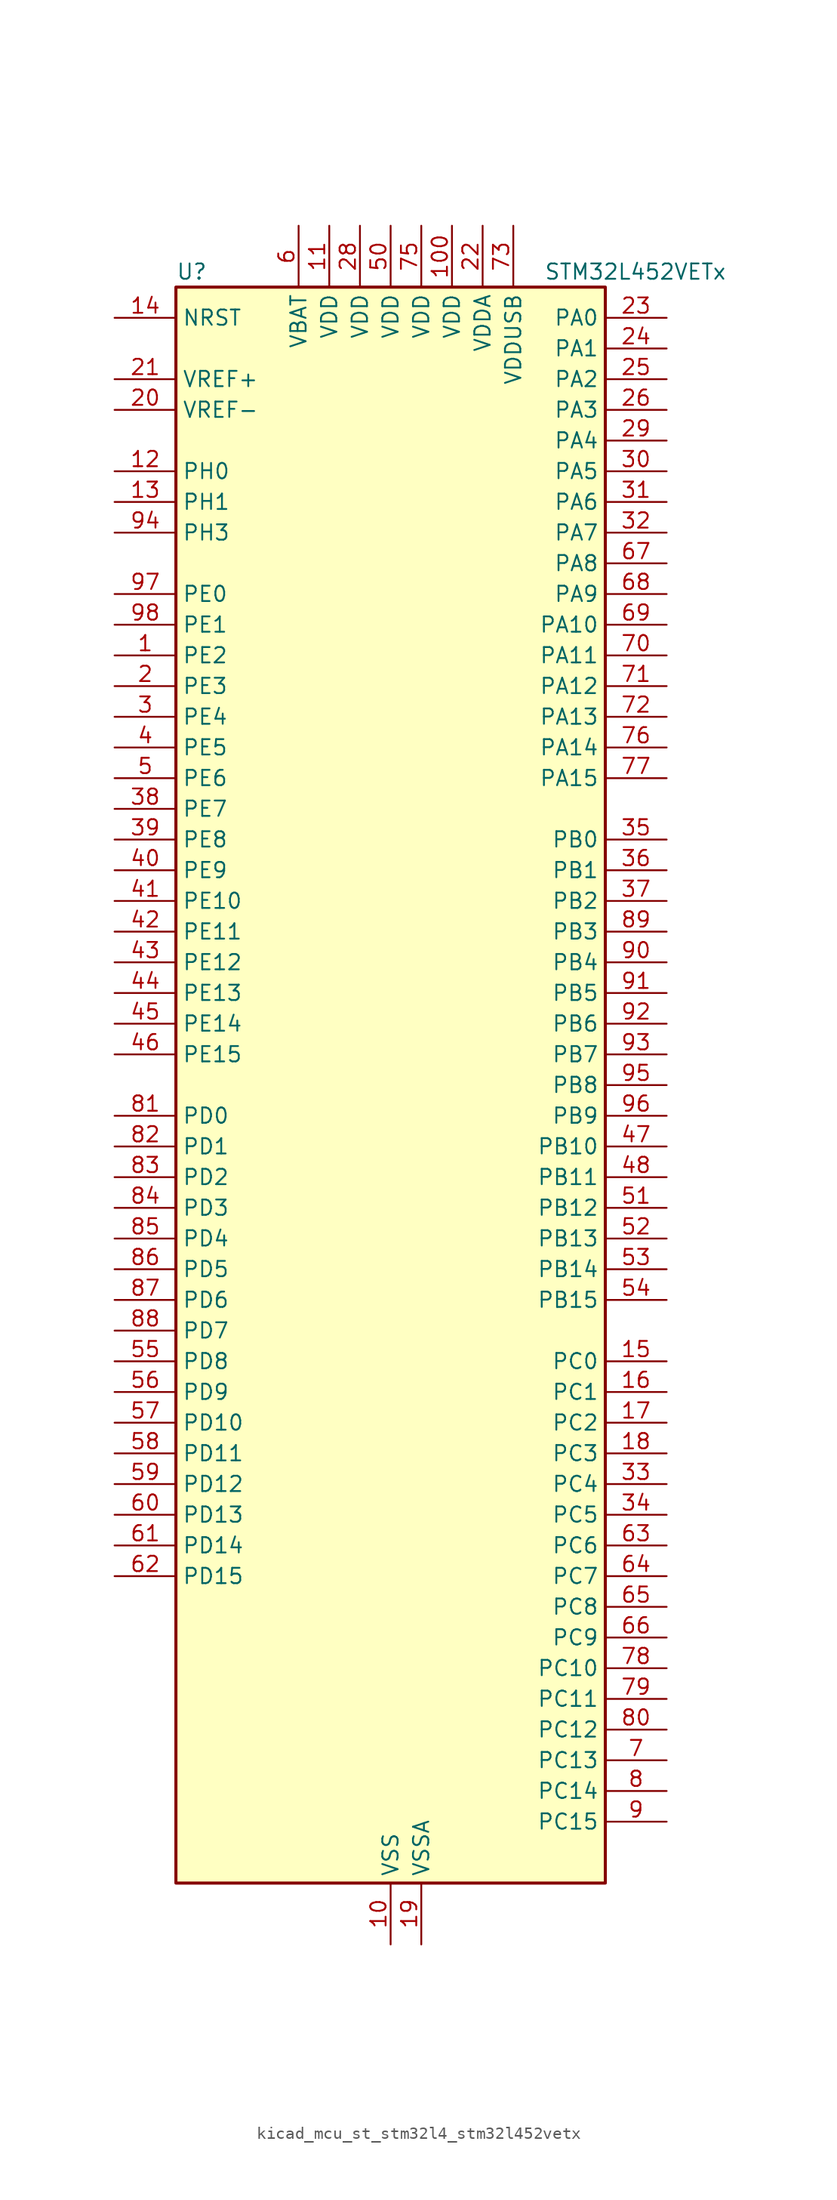
<source format=kicad_sym>
(kicad_symbol_lib
  (version 20220914)
  (generator kicad_symbol_editor)
  (symbol "kicad_mcu_st_stm32l4_stm32l452vetx"
    (property "Reference" "U"
      (at -17.78 67.31 0)
      (effects (font (size 1.27 1.27)) (justify left)))
    (property "Value" "STM32L452VETx"
      (at 12.7 67.31 0)
      (effects (font (size 1.27 1.27)) (justify left)))
    (property "ki_locked" ""
      (at 0 0 0)
      (effects (font (size 1.27 1.27))))
    (symbol "kicad_mcu_st_stm32l4_stm32l452vetx_0_1"
      (rectangle (start -17.78 -66.04) (end 17.78 66.04) (stroke (width 0.254) (type default)) (fill (type background))))
    (symbol "kicad_mcu_st_stm32l4_stm32l452vetx_1_1"
      (pin bidirectional line (at -22.86 35.56 0) (length 5.08) (name "PE2" (effects (font (size 1.27 1.27)))) (number "1" (effects (font (size 1.27 1.27)))) (alternate "SAI1_MCLK_A" bidirectional line) (alternate "SYS_TRACECLK" bidirectional line) (alternate "TIM3_ETR" bidirectional line) (alternate "TSC_G7_IO1" bidirectional line))
      (pin power_in line (at 0 -71.12 90) (length 5.08) (name "VSS" (effects (font (size 1.27 1.27)))) (number "10" (effects (font (size 1.27 1.27)))))
      (pin power_in line (at 5.08 71.12 270) (length 5.08) (name "VDD" (effects (font (size 1.27 1.27)))) (number "100" (effects (font (size 1.27 1.27)))))
      (pin power_in line (at -5.08 71.12 270) (length 5.08) (name "VDD" (effects (font (size 1.27 1.27)))) (number "11" (effects (font (size 1.27 1.27)))))
      (pin bidirectional line (at -22.86 50.8 0) (length 5.08) (name "PH0" (effects (font (size 1.27 1.27)))) (number "12" (effects (font (size 1.27 1.27)))) (alternate "RCC_OSC_IN" bidirectional line))
      (pin bidirectional line (at -22.86 48.26 0) (length 5.08) (name "PH1" (effects (font (size 1.27 1.27)))) (number "13" (effects (font (size 1.27 1.27)))) (alternate "RCC_OSC_OUT" bidirectional line))
      (pin input line (at -22.86 63.5 0) (length 5.08) (name "NRST" (effects (font (size 1.27 1.27)))) (number "14" (effects (font (size 1.27 1.27)))))
      (pin bidirectional line (at 22.86 -22.86 180) (length 5.08) (name "PC0" (effects (font (size 1.27 1.27)))) (number "15" (effects (font (size 1.27 1.27)))) (alternate "ADC1_IN1" bidirectional line) (alternate "I2C3_SCL" bidirectional line) (alternate "I2C4_SCL" bidirectional line) (alternate "LPTIM1_IN1" bidirectional line) (alternate "LPTIM2_IN1" bidirectional line) (alternate "LPUART1_RX" bidirectional line))
      (pin bidirectional line (at 22.86 -25.4 180) (length 5.08) (name "PC1" (effects (font (size 1.27 1.27)))) (number "16" (effects (font (size 1.27 1.27)))) (alternate "ADC1_IN2" bidirectional line) (alternate "I2C3_SDA" bidirectional line) (alternate "I2C4_SDA" bidirectional line) (alternate "LPTIM1_OUT" bidirectional line) (alternate "LPUART1_TX" bidirectional line) (alternate "SYS_TRACED0" bidirectional line))
      (pin bidirectional line (at 22.86 -27.94 180) (length 5.08) (name "PC2" (effects (font (size 1.27 1.27)))) (number "17" (effects (font (size 1.27 1.27)))) (alternate "ADC1_IN3" bidirectional line) (alternate "DFSDM1_CKOUT" bidirectional line) (alternate "LPTIM1_IN2" bidirectional line) (alternate "SPI2_MISO" bidirectional line))
      (pin bidirectional line (at 22.86 -30.48 180) (length 5.08) (name "PC3" (effects (font (size 1.27 1.27)))) (number "18" (effects (font (size 1.27 1.27)))) (alternate "ADC1_IN4" bidirectional line) (alternate "LPTIM1_ETR" bidirectional line) (alternate "LPTIM2_ETR" bidirectional line) (alternate "SAI1_SD_A" bidirectional line) (alternate "SPI2_MOSI" bidirectional line))
      (pin power_in line (at 2.54 -71.12 90) (length 5.08) (name "VSSA" (effects (font (size 1.27 1.27)))) (number "19" (effects (font (size 1.27 1.27)))))
      (pin bidirectional line (at -22.86 33.02 0) (length 5.08) (name "PE3" (effects (font (size 1.27 1.27)))) (number "2" (effects (font (size 1.27 1.27)))) (alternate "SAI1_SD_B" bidirectional line) (alternate "SYS_TRACED0" bidirectional line) (alternate "TIM3_CH1" bidirectional line) (alternate "TSC_G7_IO2" bidirectional line))
      (pin input line (at -22.86 55.88 0) (length 5.08) (name "VREF-" (effects (font (size 1.27 1.27)))) (number "20" (effects (font (size 1.27 1.27)))))
      (pin input line (at -22.86 58.42 0) (length 5.08) (name "VREF+" (effects (font (size 1.27 1.27)))) (number "21" (effects (font (size 1.27 1.27)))) (alternate "VREFBUF_OUT" bidirectional line))
      (pin power_in line (at 7.62 71.12 270) (length 5.08) (name "VDDA" (effects (font (size 1.27 1.27)))) (number "22" (effects (font (size 1.27 1.27)))))
      (pin bidirectional line (at 22.86 63.5 180) (length 5.08) (name "PA0" (effects (font (size 1.27 1.27)))) (number "23" (effects (font (size 1.27 1.27)))) (alternate "ADC1_IN5" bidirectional line) (alternate "COMP1_INM" bidirectional line) (alternate "COMP1_OUT" bidirectional line) (alternate "OPAMP1_VINP" bidirectional line) (alternate "RTC_TAMP2" bidirectional line) (alternate "SAI1_EXTCLK" bidirectional line) (alternate "SYS_WKUP1" bidirectional line) (alternate "TIM2_CH1" bidirectional line) (alternate "TIM2_ETR" bidirectional line) (alternate "UART4_TX" bidirectional line) (alternate "USART2_CTS" bidirectional line))
      (pin bidirectional line (at 22.86 60.96 180) (length 5.08) (name "PA1" (effects (font (size 1.27 1.27)))) (number "24" (effects (font (size 1.27 1.27)))) (alternate "ADC1_IN6" bidirectional line) (alternate "COMP1_INP" bidirectional line) (alternate "I2C1_SMBA" bidirectional line) (alternate "OPAMP1_VINM" bidirectional line) (alternate "SPI1_SCK" bidirectional line) (alternate "TIM15_CH1N" bidirectional line) (alternate "TIM2_CH2" bidirectional line) (alternate "UART4_RX" bidirectional line) (alternate "USART2_DE" bidirectional line) (alternate "USART2_RTS" bidirectional line))
      (pin bidirectional line (at 22.86 58.42 180) (length 5.08) (name "PA2" (effects (font (size 1.27 1.27)))) (number "25" (effects (font (size 1.27 1.27)))) (alternate "ADC1_IN7" bidirectional line) (alternate "COMP2_INM" bidirectional line) (alternate "COMP2_OUT" bidirectional line) (alternate "LPUART1_TX" bidirectional line) (alternate "QUADSPI_BK1_NCS" bidirectional line) (alternate "RCC_LSCO" bidirectional line) (alternate "SYS_WKUP4" bidirectional line) (alternate "TIM15_CH1" bidirectional line) (alternate "TIM2_CH3" bidirectional line) (alternate "USART2_TX" bidirectional line))
      (pin bidirectional line (at 22.86 55.88 180) (length 5.08) (name "PA3" (effects (font (size 1.27 1.27)))) (number "26" (effects (font (size 1.27 1.27)))) (alternate "ADC1_IN8" bidirectional line) (alternate "COMP2_INP" bidirectional line) (alternate "LPUART1_RX" bidirectional line) (alternate "OPAMP1_VOUT" bidirectional line) (alternate "QUADSPI_CLK" bidirectional line) (alternate "SAI1_MCLK_A" bidirectional line) (alternate "TIM15_CH2" bidirectional line) (alternate "TIM2_CH4" bidirectional line) (alternate "USART2_RX" bidirectional line))
      (pin passive line (at 0 -71.12 90) (length 5.08) hide (name "VSS" (effects (font (size 1.27 1.27)))) (number "27" (effects (font (size 1.27 1.27)))))
      (pin power_in line (at -2.54 71.12 270) (length 5.08) (name "VDD" (effects (font (size 1.27 1.27)))) (number "28" (effects (font (size 1.27 1.27)))))
      (pin bidirectional line (at 22.86 53.34 180) (length 5.08) (name "PA4" (effects (font (size 1.27 1.27)))) (number "29" (effects (font (size 1.27 1.27)))) (alternate "ADC1_IN9" bidirectional line) (alternate "COMP1_INM" bidirectional line) (alternate "COMP2_INM" bidirectional line) (alternate "DAC1_OUT1" bidirectional line) (alternate "LPTIM2_OUT" bidirectional line) (alternate "SAI1_FS_B" bidirectional line) (alternate "SPI1_NSS" bidirectional line) (alternate "SPI3_NSS" bidirectional line) (alternate "USART2_CK" bidirectional line))
      (pin bidirectional line (at -22.86 30.48 0) (length 5.08) (name "PE4" (effects (font (size 1.27 1.27)))) (number "3" (effects (font (size 1.27 1.27)))) (alternate "DFSDM1_DATIN3" bidirectional line) (alternate "SAI1_FS_A" bidirectional line) (alternate "SYS_TRACED1" bidirectional line) (alternate "TIM3_CH2" bidirectional line) (alternate "TSC_G7_IO3" bidirectional line))
      (pin bidirectional line (at 22.86 50.8 180) (length 5.08) (name "PA5" (effects (font (size 1.27 1.27)))) (number "30" (effects (font (size 1.27 1.27)))) (alternate "ADC1_IN10" bidirectional line) (alternate "COMP1_INM" bidirectional line) (alternate "COMP2_INM" bidirectional line) (alternate "DFSDM1_CKOUT" bidirectional line) (alternate "LPTIM2_ETR" bidirectional line) (alternate "SPI1_SCK" bidirectional line) (alternate "TIM2_CH1" bidirectional line) (alternate "TIM2_ETR" bidirectional line))
      (pin bidirectional line (at 22.86 48.26 180) (length 5.08) (name "PA6" (effects (font (size 1.27 1.27)))) (number "31" (effects (font (size 1.27 1.27)))) (alternate "ADC1_IN11" bidirectional line) (alternate "COMP1_OUT" bidirectional line) (alternate "LPUART1_CTS" bidirectional line) (alternate "QUADSPI_BK1_IO3" bidirectional line) (alternate "SPI1_MISO" bidirectional line) (alternate "TIM16_CH1" bidirectional line) (alternate "TIM1_BKIN" bidirectional line) (alternate "TIM1_BKIN_COMP2" bidirectional line) (alternate "TIM3_CH1" bidirectional line) (alternate "USART3_CTS" bidirectional line))
      (pin bidirectional line (at 22.86 45.72 180) (length 5.08) (name "PA7" (effects (font (size 1.27 1.27)))) (number "32" (effects (font (size 1.27 1.27)))) (alternate "ADC1_IN12" bidirectional line) (alternate "COMP2_OUT" bidirectional line) (alternate "DFSDM1_DATIN0" bidirectional line) (alternate "I2C3_SCL" bidirectional line) (alternate "QUADSPI_BK1_IO2" bidirectional line) (alternate "SPI1_MOSI" bidirectional line) (alternate "TIM1_CH1N" bidirectional line) (alternate "TIM3_CH2" bidirectional line))
      (pin bidirectional line (at 22.86 -33.02 180) (length 5.08) (name "PC4" (effects (font (size 1.27 1.27)))) (number "33" (effects (font (size 1.27 1.27)))) (alternate "ADC1_IN13" bidirectional line) (alternate "COMP1_INM" bidirectional line) (alternate "USART3_TX" bidirectional line))
      (pin bidirectional line (at 22.86 -35.56 180) (length 5.08) (name "PC5" (effects (font (size 1.27 1.27)))) (number "34" (effects (font (size 1.27 1.27)))) (alternate "ADC1_IN14" bidirectional line) (alternate "COMP1_INP" bidirectional line) (alternate "SYS_WKUP5" bidirectional line) (alternate "USART3_RX" bidirectional line))
      (pin bidirectional line (at 22.86 20.32 180) (length 5.08) (name "PB0" (effects (font (size 1.27 1.27)))) (number "35" (effects (font (size 1.27 1.27)))) (alternate "ADC1_IN15" bidirectional line) (alternate "COMP1_OUT" bidirectional line) (alternate "DFSDM1_CKIN0" bidirectional line) (alternate "QUADSPI_BK1_IO1" bidirectional line) (alternate "SAI1_EXTCLK" bidirectional line) (alternate "SPI1_NSS" bidirectional line) (alternate "TIM1_CH2N" bidirectional line) (alternate "TIM3_CH3" bidirectional line) (alternate "USART3_CK" bidirectional line))
      (pin bidirectional line (at 22.86 17.78 180) (length 5.08) (name "PB1" (effects (font (size 1.27 1.27)))) (number "36" (effects (font (size 1.27 1.27)))) (alternate "ADC1_IN16" bidirectional line) (alternate "COMP1_INM" bidirectional line) (alternate "DFSDM1_DATIN0" bidirectional line) (alternate "LPTIM2_IN1" bidirectional line) (alternate "LPUART1_DE" bidirectional line) (alternate "LPUART1_RTS" bidirectional line) (alternate "QUADSPI_BK1_IO0" bidirectional line) (alternate "TIM1_CH3N" bidirectional line) (alternate "TIM3_CH4" bidirectional line) (alternate "USART3_DE" bidirectional line) (alternate "USART3_RTS" bidirectional line))
      (pin bidirectional line (at 22.86 15.24 180) (length 5.08) (name "PB2" (effects (font (size 1.27 1.27)))) (number "37" (effects (font (size 1.27 1.27)))) (alternate "COMP1_INP" bidirectional line) (alternate "DFSDM1_CKIN0" bidirectional line) (alternate "I2C3_SMBA" bidirectional line) (alternate "LPTIM1_OUT" bidirectional line) (alternate "RTC_OUT_ALARM" bidirectional line) (alternate "RTC_OUT_CALIB" bidirectional line))
      (pin bidirectional line (at -22.86 22.86 0) (length 5.08) (name "PE7" (effects (font (size 1.27 1.27)))) (number "38" (effects (font (size 1.27 1.27)))) (alternate "DFSDM1_DATIN2" bidirectional line) (alternate "SAI1_SD_B" bidirectional line) (alternate "TIM1_ETR" bidirectional line))
      (pin bidirectional line (at -22.86 20.32 0) (length 5.08) (name "PE8" (effects (font (size 1.27 1.27)))) (number "39" (effects (font (size 1.27 1.27)))) (alternate "DFSDM1_CKIN2" bidirectional line) (alternate "SAI1_SCK_B" bidirectional line) (alternate "TIM1_CH1N" bidirectional line))
      (pin bidirectional line (at -22.86 27.94 0) (length 5.08) (name "PE5" (effects (font (size 1.27 1.27)))) (number "4" (effects (font (size 1.27 1.27)))) (alternate "DFSDM1_CKIN3" bidirectional line) (alternate "SAI1_SCK_A" bidirectional line) (alternate "SYS_TRACED2" bidirectional line) (alternate "TIM3_CH3" bidirectional line) (alternate "TSC_G7_IO4" bidirectional line))
      (pin bidirectional line (at -22.86 17.78 0) (length 5.08) (name "PE9" (effects (font (size 1.27 1.27)))) (number "40" (effects (font (size 1.27 1.27)))) (alternate "DAC1_EXTI9" bidirectional line) (alternate "DFSDM1_CKOUT" bidirectional line) (alternate "SAI1_FS_B" bidirectional line) (alternate "TIM1_CH1" bidirectional line))
      (pin bidirectional line (at -22.86 15.24 0) (length 5.08) (name "PE10" (effects (font (size 1.27 1.27)))) (number "41" (effects (font (size 1.27 1.27)))) (alternate "QUADSPI_CLK" bidirectional line) (alternate "SAI1_MCLK_B" bidirectional line) (alternate "TIM1_CH2N" bidirectional line) (alternate "TSC_G5_IO1" bidirectional line))
      (pin bidirectional line (at -22.86 12.7 0) (length 5.08) (name "PE11" (effects (font (size 1.27 1.27)))) (number "42" (effects (font (size 1.27 1.27)))) (alternate "ADC1_EXTI11" bidirectional line) (alternate "QUADSPI_BK1_NCS" bidirectional line) (alternate "TIM1_CH2" bidirectional line) (alternate "TSC_G5_IO2" bidirectional line))
      (pin bidirectional line (at -22.86 10.16 0) (length 5.08) (name "PE12" (effects (font (size 1.27 1.27)))) (number "43" (effects (font (size 1.27 1.27)))) (alternate "QUADSPI_BK1_IO0" bidirectional line) (alternate "SPI1_NSS" bidirectional line) (alternate "TIM1_CH3N" bidirectional line) (alternate "TSC_G5_IO3" bidirectional line))
      (pin bidirectional line (at -22.86 7.62 0) (length 5.08) (name "PE13" (effects (font (size 1.27 1.27)))) (number "44" (effects (font (size 1.27 1.27)))) (alternate "QUADSPI_BK1_IO1" bidirectional line) (alternate "SPI1_SCK" bidirectional line) (alternate "TIM1_CH3" bidirectional line) (alternate "TSC_G5_IO4" bidirectional line))
      (pin bidirectional line (at -22.86 5.08 0) (length 5.08) (name "PE14" (effects (font (size 1.27 1.27)))) (number "45" (effects (font (size 1.27 1.27)))) (alternate "QUADSPI_BK1_IO2" bidirectional line) (alternate "SPI1_MISO" bidirectional line) (alternate "TIM1_BKIN2" bidirectional line) (alternate "TIM1_BKIN2_COMP2" bidirectional line) (alternate "TIM1_CH4" bidirectional line))
      (pin bidirectional line (at -22.86 2.54 0) (length 5.08) (name "PE15" (effects (font (size 1.27 1.27)))) (number "46" (effects (font (size 1.27 1.27)))) (alternate "ADC1_EXTI15" bidirectional line) (alternate "QUADSPI_BK1_IO3" bidirectional line) (alternate "SPI1_MOSI" bidirectional line) (alternate "TIM1_BKIN" bidirectional line) (alternate "TIM1_BKIN_COMP1" bidirectional line))
      (pin bidirectional line (at 22.86 -5.08 180) (length 5.08) (name "PB10" (effects (font (size 1.27 1.27)))) (number "47" (effects (font (size 1.27 1.27)))) (alternate "COMP1_OUT" bidirectional line) (alternate "I2C2_SCL" bidirectional line) (alternate "I2C4_SCL" bidirectional line) (alternate "LPUART1_RX" bidirectional line) (alternate "QUADSPI_CLK" bidirectional line) (alternate "SAI1_SCK_A" bidirectional line) (alternate "SPI2_SCK" bidirectional line) (alternate "TIM2_CH3" bidirectional line) (alternate "TSC_SYNC" bidirectional line) (alternate "USART3_TX" bidirectional line))
      (pin bidirectional line (at 22.86 -7.62 180) (length 5.08) (name "PB11" (effects (font (size 1.27 1.27)))) (number "48" (effects (font (size 1.27 1.27)))) (alternate "ADC1_EXTI11" bidirectional line) (alternate "COMP2_OUT" bidirectional line) (alternate "I2C2_SDA" bidirectional line) (alternate "I2C4_SDA" bidirectional line) (alternate "LPUART1_TX" bidirectional line) (alternate "QUADSPI_BK1_NCS" bidirectional line) (alternate "TIM2_CH4" bidirectional line) (alternate "USART3_RX" bidirectional line))
      (pin passive line (at 0 -71.12 90) (length 5.08) hide (name "VSS" (effects (font (size 1.27 1.27)))) (number "49" (effects (font (size 1.27 1.27)))))
      (pin bidirectional line (at -22.86 25.4 0) (length 5.08) (name "PE6" (effects (font (size 1.27 1.27)))) (number "5" (effects (font (size 1.27 1.27)))) (alternate "RTC_TAMP3" bidirectional line) (alternate "SAI1_SD_A" bidirectional line) (alternate "SYS_TRACED3" bidirectional line) (alternate "SYS_WKUP3" bidirectional line) (alternate "TIM3_CH4" bidirectional line))
      (pin power_in line (at 0 71.12 270) (length 5.08) (name "VDD" (effects (font (size 1.27 1.27)))) (number "50" (effects (font (size 1.27 1.27)))))
      (pin bidirectional line (at 22.86 -10.16 180) (length 5.08) (name "PB12" (effects (font (size 1.27 1.27)))) (number "51" (effects (font (size 1.27 1.27)))) (alternate "CAN1_RX" bidirectional line) (alternate "DFSDM1_DATIN1" bidirectional line) (alternate "I2C2_SMBA" bidirectional line) (alternate "LPUART1_DE" bidirectional line) (alternate "LPUART1_RTS" bidirectional line) (alternate "SAI1_FS_A" bidirectional line) (alternate "SPI2_NSS" bidirectional line) (alternate "TIM15_BKIN" bidirectional line) (alternate "TIM1_BKIN" bidirectional line) (alternate "TIM1_BKIN_COMP2" bidirectional line) (alternate "TSC_G1_IO1" bidirectional line) (alternate "USART3_CK" bidirectional line))
      (pin bidirectional line (at 22.86 -12.7 180) (length 5.08) (name "PB13" (effects (font (size 1.27 1.27)))) (number "52" (effects (font (size 1.27 1.27)))) (alternate "CAN1_TX" bidirectional line) (alternate "DFSDM1_CKIN1" bidirectional line) (alternate "I2C2_SCL" bidirectional line) (alternate "LPUART1_CTS" bidirectional line) (alternate "SAI1_SCK_A" bidirectional line) (alternate "SPI2_SCK" bidirectional line) (alternate "TIM15_CH1N" bidirectional line) (alternate "TIM1_CH1N" bidirectional line) (alternate "TSC_G1_IO2" bidirectional line) (alternate "USART3_CTS" bidirectional line))
      (pin bidirectional line (at 22.86 -15.24 180) (length 5.08) (name "PB14" (effects (font (size 1.27 1.27)))) (number "53" (effects (font (size 1.27 1.27)))) (alternate "DFSDM1_DATIN2" bidirectional line) (alternate "I2C2_SDA" bidirectional line) (alternate "SAI1_MCLK_A" bidirectional line) (alternate "SPI2_MISO" bidirectional line) (alternate "TIM15_CH1" bidirectional line) (alternate "TIM1_CH2N" bidirectional line) (alternate "TSC_G1_IO3" bidirectional line) (alternate "USART3_DE" bidirectional line) (alternate "USART3_RTS" bidirectional line))
      (pin bidirectional line (at 22.86 -17.78 180) (length 5.08) (name "PB15" (effects (font (size 1.27 1.27)))) (number "54" (effects (font (size 1.27 1.27)))) (alternate "ADC1_EXTI15" bidirectional line) (alternate "DFSDM1_CKIN2" bidirectional line) (alternate "RTC_REFIN" bidirectional line) (alternate "SAI1_SD_A" bidirectional line) (alternate "SPI2_MOSI" bidirectional line) (alternate "TIM15_CH2" bidirectional line) (alternate "TIM1_CH3N" bidirectional line) (alternate "TSC_G1_IO4" bidirectional line))
      (pin bidirectional line (at -22.86 -22.86 0) (length 5.08) (name "PD8" (effects (font (size 1.27 1.27)))) (number "55" (effects (font (size 1.27 1.27)))) (alternate "USART3_TX" bidirectional line))
      (pin bidirectional line (at -22.86 -25.4 0) (length 5.08) (name "PD9" (effects (font (size 1.27 1.27)))) (number "56" (effects (font (size 1.27 1.27)))) (alternate "DAC1_EXTI9" bidirectional line) (alternate "USART3_RX" bidirectional line))
      (pin bidirectional line (at -22.86 -27.94 0) (length 5.08) (name "PD10" (effects (font (size 1.27 1.27)))) (number "57" (effects (font (size 1.27 1.27)))) (alternate "TSC_G6_IO1" bidirectional line) (alternate "USART3_CK" bidirectional line))
      (pin bidirectional line (at -22.86 -30.48 0) (length 5.08) (name "PD11" (effects (font (size 1.27 1.27)))) (number "58" (effects (font (size 1.27 1.27)))) (alternate "ADC1_EXTI11" bidirectional line) (alternate "I2C4_SMBA" bidirectional line) (alternate "LPTIM2_ETR" bidirectional line) (alternate "TSC_G6_IO2" bidirectional line) (alternate "USART3_CTS" bidirectional line))
      (pin bidirectional line (at -22.86 -33.02 0) (length 5.08) (name "PD12" (effects (font (size 1.27 1.27)))) (number "59" (effects (font (size 1.27 1.27)))) (alternate "I2C4_SCL" bidirectional line) (alternate "LPTIM2_IN1" bidirectional line) (alternate "TSC_G6_IO3" bidirectional line) (alternate "USART3_DE" bidirectional line) (alternate "USART3_RTS" bidirectional line))
      (pin power_in line (at -7.62 71.12 270) (length 5.08) (name "VBAT" (effects (font (size 1.27 1.27)))) (number "6" (effects (font (size 1.27 1.27)))))
      (pin bidirectional line (at -22.86 -35.56 0) (length 5.08) (name "PD13" (effects (font (size 1.27 1.27)))) (number "60" (effects (font (size 1.27 1.27)))) (alternate "I2C4_SDA" bidirectional line) (alternate "LPTIM2_OUT" bidirectional line) (alternate "TSC_G6_IO4" bidirectional line))
      (pin bidirectional line (at -22.86 -38.1 0) (length 5.08) (name "PD14" (effects (font (size 1.27 1.27)))) (number "61" (effects (font (size 1.27 1.27)))))
      (pin bidirectional line (at -22.86 -40.64 0) (length 5.08) (name "PD15" (effects (font (size 1.27 1.27)))) (number "62" (effects (font (size 1.27 1.27)))) (alternate "ADC1_EXTI15" bidirectional line))
      (pin bidirectional line (at 22.86 -38.1 180) (length 5.08) (name "PC6" (effects (font (size 1.27 1.27)))) (number "63" (effects (font (size 1.27 1.27)))) (alternate "DFSDM1_CKIN3" bidirectional line) (alternate "SDMMC1_D6" bidirectional line) (alternate "TIM3_CH1" bidirectional line) (alternate "TSC_G4_IO1" bidirectional line))
      (pin bidirectional line (at 22.86 -40.64 180) (length 5.08) (name "PC7" (effects (font (size 1.27 1.27)))) (number "64" (effects (font (size 1.27 1.27)))) (alternate "DFSDM1_DATIN3" bidirectional line) (alternate "SDMMC1_D7" bidirectional line) (alternate "TIM3_CH2" bidirectional line) (alternate "TSC_G4_IO2" bidirectional line))
      (pin bidirectional line (at 22.86 -43.18 180) (length 5.08) (name "PC8" (effects (font (size 1.27 1.27)))) (number "65" (effects (font (size 1.27 1.27)))) (alternate "SDMMC1_D0" bidirectional line) (alternate "TIM3_CH3" bidirectional line) (alternate "TSC_G4_IO3" bidirectional line))
      (pin bidirectional line (at 22.86 -45.72 180) (length 5.08) (name "PC9" (effects (font (size 1.27 1.27)))) (number "66" (effects (font (size 1.27 1.27)))) (alternate "DAC1_EXTI9" bidirectional line) (alternate "SDMMC1_D1" bidirectional line) (alternate "TIM3_CH4" bidirectional line) (alternate "TSC_G4_IO4" bidirectional line) (alternate "USB_NOE" bidirectional line))
      (pin bidirectional line (at 22.86 43.18 180) (length 5.08) (name "PA8" (effects (font (size 1.27 1.27)))) (number "67" (effects (font (size 1.27 1.27)))) (alternate "DFSDM1_CKIN1" bidirectional line) (alternate "LPTIM2_OUT" bidirectional line) (alternate "RCC_MCO" bidirectional line) (alternate "SAI1_SCK_A" bidirectional line) (alternate "TIM1_CH1" bidirectional line) (alternate "USART1_CK" bidirectional line))
      (pin bidirectional line (at 22.86 40.64 180) (length 5.08) (name "PA9" (effects (font (size 1.27 1.27)))) (number "68" (effects (font (size 1.27 1.27)))) (alternate "DAC1_EXTI9" bidirectional line) (alternate "DFSDM1_DATIN1" bidirectional line) (alternate "I2C1_SCL" bidirectional line) (alternate "SAI1_FS_A" bidirectional line) (alternate "TIM15_BKIN" bidirectional line) (alternate "TIM1_CH2" bidirectional line) (alternate "USART1_TX" bidirectional line))
      (pin bidirectional line (at 22.86 38.1 180) (length 5.08) (name "PA10" (effects (font (size 1.27 1.27)))) (number "69" (effects (font (size 1.27 1.27)))) (alternate "CRS_SYNC" bidirectional line) (alternate "I2C1_SDA" bidirectional line) (alternate "SAI1_SD_A" bidirectional line) (alternate "TIM1_CH3" bidirectional line) (alternate "USART1_RX" bidirectional line))
      (pin bidirectional line (at 22.86 -55.88 180) (length 5.08) (name "PC13" (effects (font (size 1.27 1.27)))) (number "7" (effects (font (size 1.27 1.27)))) (alternate "RTC_OUT_ALARM" bidirectional line) (alternate "RTC_OUT_CALIB" bidirectional line) (alternate "RTC_TAMP1" bidirectional line) (alternate "RTC_TS" bidirectional line) (alternate "SYS_WKUP2" bidirectional line))
      (pin bidirectional line (at 22.86 35.56 180) (length 5.08) (name "PA11" (effects (font (size 1.27 1.27)))) (number "70" (effects (font (size 1.27 1.27)))) (alternate "ADC1_EXTI11" bidirectional line) (alternate "CAN1_RX" bidirectional line) (alternate "COMP1_OUT" bidirectional line) (alternate "SPI1_MISO" bidirectional line) (alternate "TIM1_BKIN2" bidirectional line) (alternate "TIM1_BKIN2_COMP1" bidirectional line) (alternate "TIM1_CH4" bidirectional line) (alternate "USART1_CTS" bidirectional line) (alternate "USB_DM" bidirectional line))
      (pin bidirectional line (at 22.86 33.02 180) (length 5.08) (name "PA12" (effects (font (size 1.27 1.27)))) (number "71" (effects (font (size 1.27 1.27)))) (alternate "CAN1_TX" bidirectional line) (alternate "SPI1_MOSI" bidirectional line) (alternate "TIM1_ETR" bidirectional line) (alternate "USART1_DE" bidirectional line) (alternate "USART1_RTS" bidirectional line) (alternate "USB_DP" bidirectional line))
      (pin bidirectional line (at 22.86 30.48 180) (length 5.08) (name "PA13" (effects (font (size 1.27 1.27)))) (number "72" (effects (font (size 1.27 1.27)))) (alternate "IR_OUT" bidirectional line) (alternate "SAI1_SD_B" bidirectional line) (alternate "SYS_JTMS-SWDIO" bidirectional line) (alternate "USB_NOE" bidirectional line))
      (pin power_in line (at 10.16 71.12 270) (length 5.08) (name "VDDUSB" (effects (font (size 1.27 1.27)))) (number "73" (effects (font (size 1.27 1.27)))))
      (pin passive line (at 0 -71.12 90) (length 5.08) hide (name "VSS" (effects (font (size 1.27 1.27)))) (number "74" (effects (font (size 1.27 1.27)))))
      (pin power_in line (at 2.54 71.12 270) (length 5.08) (name "VDD" (effects (font (size 1.27 1.27)))) (number "75" (effects (font (size 1.27 1.27)))))
      (pin bidirectional line (at 22.86 27.94 180) (length 5.08) (name "PA14" (effects (font (size 1.27 1.27)))) (number "76" (effects (font (size 1.27 1.27)))) (alternate "I2C1_SMBA" bidirectional line) (alternate "I2C4_SMBA" bidirectional line) (alternate "LPTIM1_OUT" bidirectional line) (alternate "SAI1_FS_B" bidirectional line) (alternate "SYS_JTCK-SWCLK" bidirectional line))
      (pin bidirectional line (at 22.86 25.4 180) (length 5.08) (name "PA15" (effects (font (size 1.27 1.27)))) (number "77" (effects (font (size 1.27 1.27)))) (alternate "ADC1_EXTI15" bidirectional line) (alternate "SPI1_NSS" bidirectional line) (alternate "SPI3_NSS" bidirectional line) (alternate "SYS_JTDI" bidirectional line) (alternate "TIM2_CH1" bidirectional line) (alternate "TIM2_ETR" bidirectional line) (alternate "TSC_G3_IO1" bidirectional line) (alternate "UART4_DE" bidirectional line) (alternate "UART4_RTS" bidirectional line) (alternate "USART2_RX" bidirectional line) (alternate "USART3_DE" bidirectional line) (alternate "USART3_RTS" bidirectional line))
      (pin bidirectional line (at 22.86 -48.26 180) (length 5.08) (name "PC10" (effects (font (size 1.27 1.27)))) (number "78" (effects (font (size 1.27 1.27)))) (alternate "SDMMC1_D2" bidirectional line) (alternate "SPI3_SCK" bidirectional line) (alternate "SYS_TRACED1" bidirectional line) (alternate "TSC_G3_IO2" bidirectional line) (alternate "UART4_TX" bidirectional line) (alternate "USART3_TX" bidirectional line))
      (pin bidirectional line (at 22.86 -50.8 180) (length 5.08) (name "PC11" (effects (font (size 1.27 1.27)))) (number "79" (effects (font (size 1.27 1.27)))) (alternate "ADC1_EXTI11" bidirectional line) (alternate "SDMMC1_D3" bidirectional line) (alternate "SPI3_MISO" bidirectional line) (alternate "TSC_G3_IO3" bidirectional line) (alternate "UART4_RX" bidirectional line) (alternate "USART3_RX" bidirectional line))
      (pin bidirectional line (at 22.86 -58.42 180) (length 5.08) (name "PC14" (effects (font (size 1.27 1.27)))) (number "8" (effects (font (size 1.27 1.27)))) (alternate "RCC_OSC32_IN" bidirectional line))
      (pin bidirectional line (at 22.86 -53.34 180) (length 5.08) (name "PC12" (effects (font (size 1.27 1.27)))) (number "80" (effects (font (size 1.27 1.27)))) (alternate "SDMMC1_CK" bidirectional line) (alternate "SPI3_MOSI" bidirectional line) (alternate "SYS_TRACED3" bidirectional line) (alternate "TSC_G3_IO4" bidirectional line) (alternate "USART3_CK" bidirectional line))
      (pin bidirectional line (at -22.86 -2.54 0) (length 5.08) (name "PD0" (effects (font (size 1.27 1.27)))) (number "81" (effects (font (size 1.27 1.27)))) (alternate "CAN1_RX" bidirectional line) (alternate "SPI2_NSS" bidirectional line))
      (pin bidirectional line (at -22.86 -5.08 0) (length 5.08) (name "PD1" (effects (font (size 1.27 1.27)))) (number "82" (effects (font (size 1.27 1.27)))) (alternate "CAN1_TX" bidirectional line) (alternate "SPI2_SCK" bidirectional line))
      (pin bidirectional line (at -22.86 -7.62 0) (length 5.08) (name "PD2" (effects (font (size 1.27 1.27)))) (number "83" (effects (font (size 1.27 1.27)))) (alternate "SDMMC1_CMD" bidirectional line) (alternate "SYS_TRACED2" bidirectional line) (alternate "TIM3_ETR" bidirectional line) (alternate "TSC_SYNC" bidirectional line) (alternate "USART3_DE" bidirectional line) (alternate "USART3_RTS" bidirectional line))
      (pin bidirectional line (at -22.86 -10.16 0) (length 5.08) (name "PD3" (effects (font (size 1.27 1.27)))) (number "84" (effects (font (size 1.27 1.27)))) (alternate "DFSDM1_DATIN0" bidirectional line) (alternate "QUADSPI_BK2_NCS" bidirectional line) (alternate "SPI2_MISO" bidirectional line) (alternate "USART2_CTS" bidirectional line))
      (pin bidirectional line (at -22.86 -12.7 0) (length 5.08) (name "PD4" (effects (font (size 1.27 1.27)))) (number "85" (effects (font (size 1.27 1.27)))) (alternate "DFSDM1_CKIN0" bidirectional line) (alternate "QUADSPI_BK2_IO0" bidirectional line) (alternate "SPI2_MOSI" bidirectional line) (alternate "USART2_DE" bidirectional line) (alternate "USART2_RTS" bidirectional line))
      (pin bidirectional line (at -22.86 -15.24 0) (length 5.08) (name "PD5" (effects (font (size 1.27 1.27)))) (number "86" (effects (font (size 1.27 1.27)))) (alternate "QUADSPI_BK2_IO1" bidirectional line) (alternate "USART2_TX" bidirectional line))
      (pin bidirectional line (at -22.86 -17.78 0) (length 5.08) (name "PD6" (effects (font (size 1.27 1.27)))) (number "87" (effects (font (size 1.27 1.27)))) (alternate "DFSDM1_DATIN1" bidirectional line) (alternate "QUADSPI_BK2_IO2" bidirectional line) (alternate "SAI1_SD_A" bidirectional line) (alternate "USART2_RX" bidirectional line))
      (pin bidirectional line (at -22.86 -20.32 0) (length 5.08) (name "PD7" (effects (font (size 1.27 1.27)))) (number "88" (effects (font (size 1.27 1.27)))) (alternate "DFSDM1_CKIN1" bidirectional line) (alternate "QUADSPI_BK2_IO3" bidirectional line) (alternate "USART2_CK" bidirectional line))
      (pin bidirectional line (at 22.86 12.7 180) (length 5.08) (name "PB3" (effects (font (size 1.27 1.27)))) (number "89" (effects (font (size 1.27 1.27)))) (alternate "COMP2_INM" bidirectional line) (alternate "SAI1_SCK_B" bidirectional line) (alternate "SPI1_SCK" bidirectional line) (alternate "SPI3_SCK" bidirectional line) (alternate "SYS_JTDO-SWO" bidirectional line) (alternate "TIM2_CH2" bidirectional line) (alternate "USART1_DE" bidirectional line) (alternate "USART1_RTS" bidirectional line))
      (pin bidirectional line (at 22.86 -60.96 180) (length 5.08) (name "PC15" (effects (font (size 1.27 1.27)))) (number "9" (effects (font (size 1.27 1.27)))) (alternate "ADC1_EXTI15" bidirectional line) (alternate "RCC_OSC32_OUT" bidirectional line))
      (pin bidirectional line (at 22.86 10.16 180) (length 5.08) (name "PB4" (effects (font (size 1.27 1.27)))) (number "90" (effects (font (size 1.27 1.27)))) (alternate "COMP2_INP" bidirectional line) (alternate "I2C3_SDA" bidirectional line) (alternate "SAI1_MCLK_B" bidirectional line) (alternate "SPI1_MISO" bidirectional line) (alternate "SPI3_MISO" bidirectional line) (alternate "SYS_JTRST" bidirectional line) (alternate "TIM3_CH1" bidirectional line) (alternate "TSC_G2_IO1" bidirectional line) (alternate "USART1_CTS" bidirectional line))
      (pin bidirectional line (at 22.86 7.62 180) (length 5.08) (name "PB5" (effects (font (size 1.27 1.27)))) (number "91" (effects (font (size 1.27 1.27)))) (alternate "CAN1_RX" bidirectional line) (alternate "COMP2_OUT" bidirectional line) (alternate "I2C1_SMBA" bidirectional line) (alternate "LPTIM1_IN1" bidirectional line) (alternate "SAI1_SD_B" bidirectional line) (alternate "SPI1_MOSI" bidirectional line) (alternate "SPI3_MOSI" bidirectional line) (alternate "TIM16_BKIN" bidirectional line) (alternate "TIM3_CH2" bidirectional line) (alternate "TSC_G2_IO2" bidirectional line) (alternate "USART1_CK" bidirectional line))
      (pin bidirectional line (at 22.86 5.08 180) (length 5.08) (name "PB6" (effects (font (size 1.27 1.27)))) (number "92" (effects (font (size 1.27 1.27)))) (alternate "CAN1_TX" bidirectional line) (alternate "COMP2_INP" bidirectional line) (alternate "I2C1_SCL" bidirectional line) (alternate "I2C4_SCL" bidirectional line) (alternate "LPTIM1_ETR" bidirectional line) (alternate "SAI1_FS_B" bidirectional line) (alternate "TIM16_CH1N" bidirectional line) (alternate "TSC_G2_IO3" bidirectional line) (alternate "USART1_TX" bidirectional line))
      (pin bidirectional line (at 22.86 2.54 180) (length 5.08) (name "PB7" (effects (font (size 1.27 1.27)))) (number "93" (effects (font (size 1.27 1.27)))) (alternate "COMP2_INM" bidirectional line) (alternate "I2C1_SDA" bidirectional line) (alternate "I2C4_SDA" bidirectional line) (alternate "LPTIM1_IN2" bidirectional line) (alternate "SYS_PVD_IN" bidirectional line) (alternate "TSC_G2_IO4" bidirectional line) (alternate "UART4_CTS" bidirectional line) (alternate "USART1_RX" bidirectional line))
      (pin bidirectional line (at -22.86 45.72 0) (length 5.08) (name "PH3" (effects (font (size 1.27 1.27)))) (number "94" (effects (font (size 1.27 1.27)))))
      (pin bidirectional line (at 22.86 0 180) (length 5.08) (name "PB8" (effects (font (size 1.27 1.27)))) (number "95" (effects (font (size 1.27 1.27)))) (alternate "CAN1_RX" bidirectional line) (alternate "I2C1_SCL" bidirectional line) (alternate "SAI1_MCLK_A" bidirectional line) (alternate "SDMMC1_D4" bidirectional line) (alternate "TIM16_CH1" bidirectional line))
      (pin bidirectional line (at 22.86 -2.54 180) (length 5.08) (name "PB9" (effects (font (size 1.27 1.27)))) (number "96" (effects (font (size 1.27 1.27)))) (alternate "CAN1_TX" bidirectional line) (alternate "DAC1_EXTI9" bidirectional line) (alternate "I2C1_SDA" bidirectional line) (alternate "IR_OUT" bidirectional line) (alternate "SAI1_FS_A" bidirectional line) (alternate "SDMMC1_D5" bidirectional line) (alternate "SPI2_NSS" bidirectional line))
      (pin bidirectional line (at -22.86 40.64 0) (length 5.08) (name "PE0" (effects (font (size 1.27 1.27)))) (number "97" (effects (font (size 1.27 1.27)))) (alternate "TIM16_CH1" bidirectional line))
      (pin bidirectional line (at -22.86 38.1 0) (length 5.08) (name "PE1" (effects (font (size 1.27 1.27)))) (number "98" (effects (font (size 1.27 1.27)))))
      (pin passive line (at 0 -71.12 90) (length 5.08) hide (name "VSS" (effects (font (size 1.27 1.27)))) (number "99" (effects (font (size 1.27 1.27))))))))
</source>
